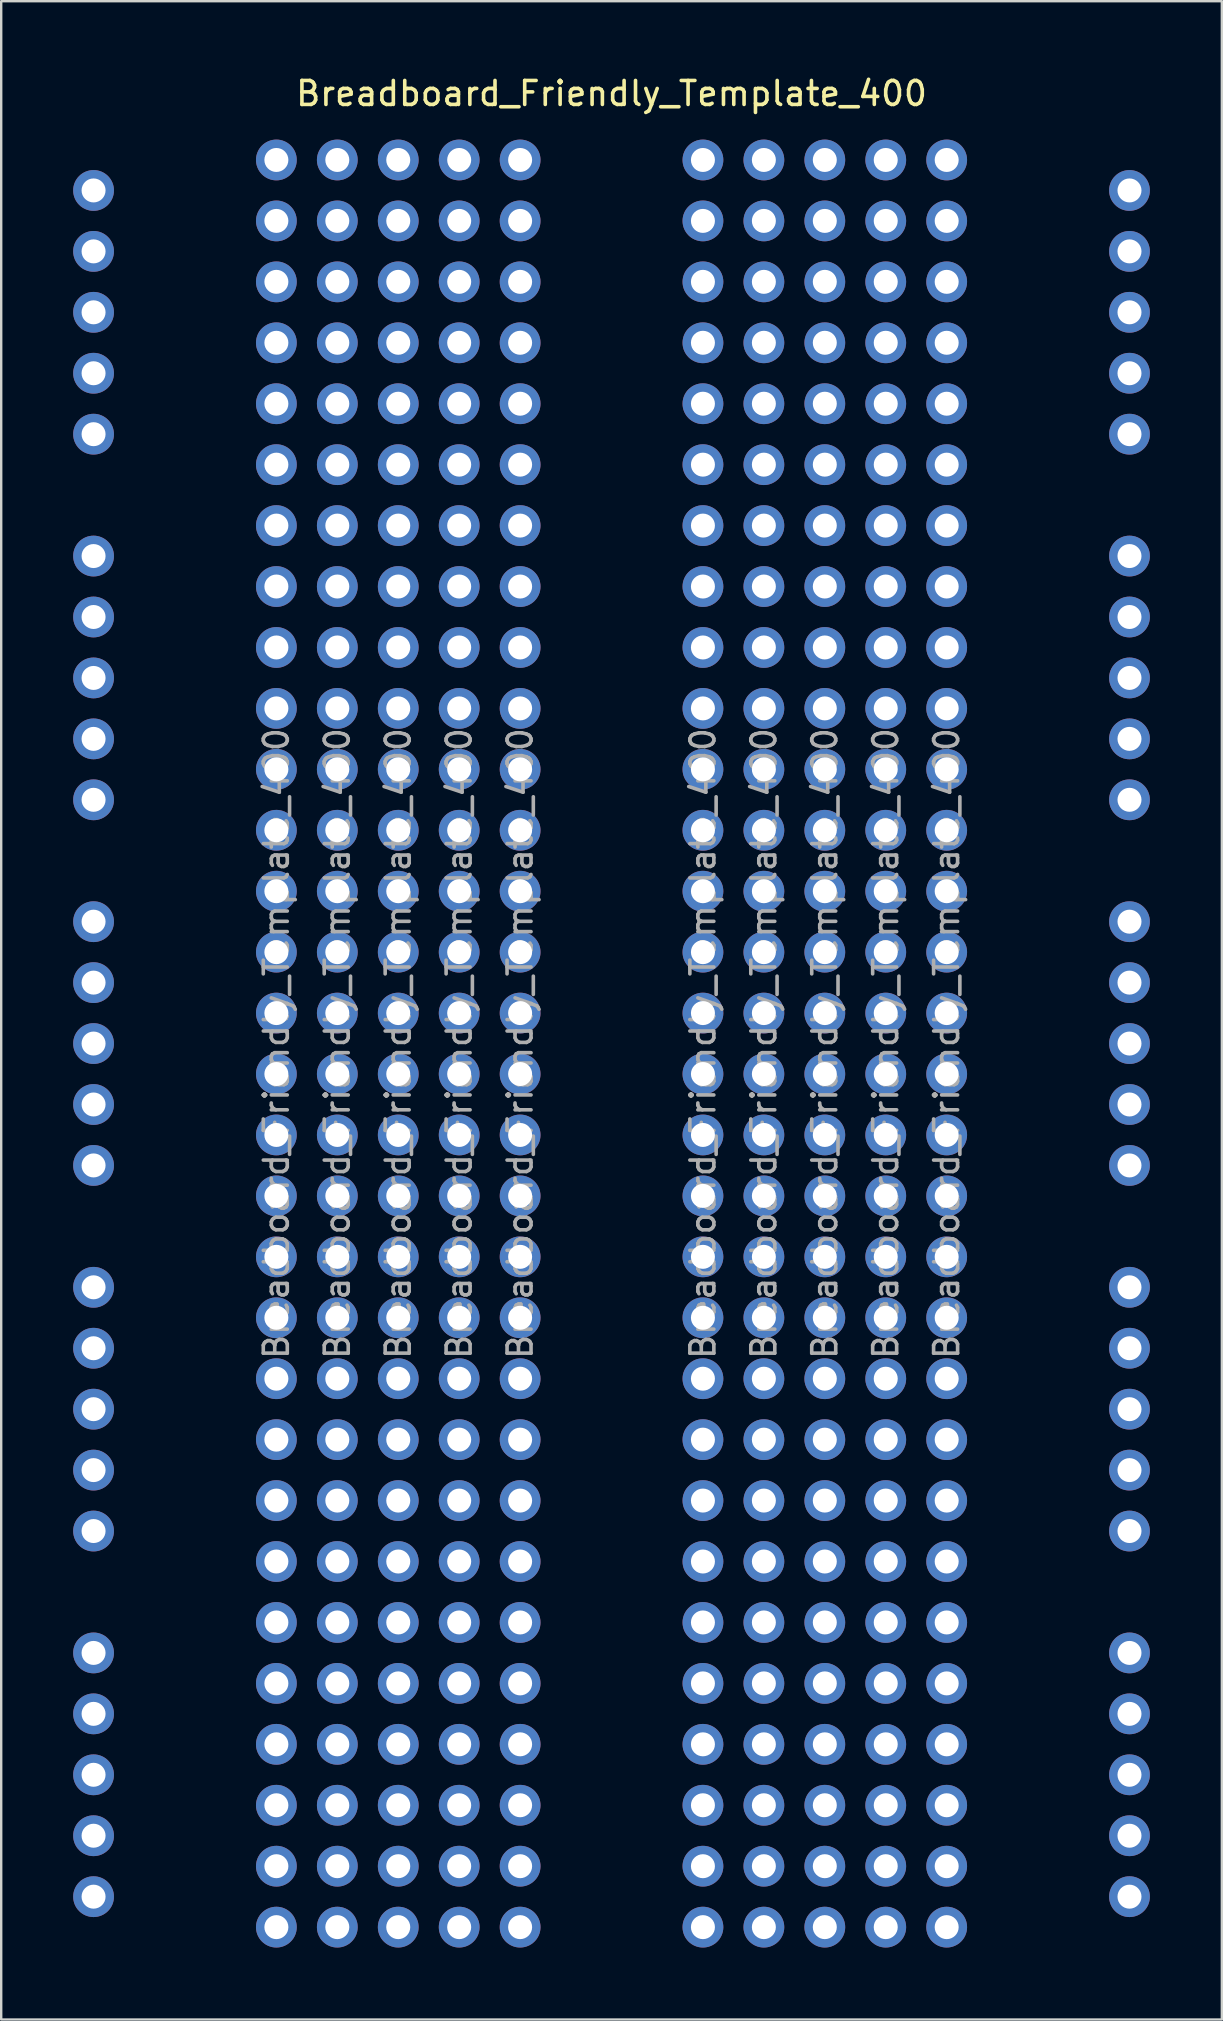
<source format=kicad_pcb>
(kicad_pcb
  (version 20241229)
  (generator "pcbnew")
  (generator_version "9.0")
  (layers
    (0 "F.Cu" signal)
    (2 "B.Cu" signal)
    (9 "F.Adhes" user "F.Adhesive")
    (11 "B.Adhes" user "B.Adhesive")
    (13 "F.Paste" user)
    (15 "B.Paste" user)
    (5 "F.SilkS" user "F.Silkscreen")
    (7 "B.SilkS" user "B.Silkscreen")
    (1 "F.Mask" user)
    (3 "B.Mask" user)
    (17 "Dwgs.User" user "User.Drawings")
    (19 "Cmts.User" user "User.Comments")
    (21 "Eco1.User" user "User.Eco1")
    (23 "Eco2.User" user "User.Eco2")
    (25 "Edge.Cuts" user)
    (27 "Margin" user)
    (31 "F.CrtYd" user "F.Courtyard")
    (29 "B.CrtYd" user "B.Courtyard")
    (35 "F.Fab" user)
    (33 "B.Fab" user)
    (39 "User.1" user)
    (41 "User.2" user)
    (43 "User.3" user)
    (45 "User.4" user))
  (footprint "Breadboard_Friendly_Template_400"
    (layer "F.Cu")
    (at 22.44 40.448)
    (property "Reference" "Breadboard_Friendly_Template_400" (at 0 -39.6 0) (layer "F.SilkS") (effects (font (size 1 1) (thickness 0.15))))
    (attr through_hole)
    (fp_text user "${REFERENCE}" (at -13.97 0 90) (layer "F.Fab") (effects (font (size 1 1) (thickness 0.15))))
    (fp_text user "${REFERENCE}" (at -11.43 0 90) (layer "F.Fab") (effects (font (size 1 1) (thickness 0.15))))
    (fp_text user "${REFERENCE}" (at 11.43 0 90) (layer "F.Fab") (effects (font (size 1 1) (thickness 0.15))))
    (fp_text user "${REFERENCE}" (at 13.97 0 90) (layer "F.Fab") (effects (font (size 1 1) (thickness 0.15))))
    (fp_text user "${REFERENCE}" (at 3.81 0 90) (layer "F.Fab") (effects (font (size 1 1) (thickness 0.15))))
    (fp_text user "${REFERENCE}" (at -3.81 0 90) (layer "F.Fab") (effects (font (size 1 1) (thickness 0.15))))
    (fp_text user "${REFERENCE}" (at 6.35 0 90) (layer "F.Fab") (effects (font (size 1 1) (thickness 0.15))))
    (fp_text user "${REFERENCE}" (at -6.35 0 90) (layer "F.Fab") (effects (font (size 1 1) (thickness 0.15))))
    (fp_text user "${REFERENCE}" (at 8.89 0 90) (layer "F.Fab") (effects (font (size 1 1) (thickness 0.15))))
    (fp_text user "${REFERENCE}" (at -8.89 0 90) (layer "F.Fab") (effects (font (size 1 1) (thickness 0.15))))
    (pad "1" thru_hole oval (at -21.59 -35.56) (size 1.7 1.7) (drill 1) (layers "*.Cu" "*.Mask"))
    (pad "1" thru_hole oval (at -21.59 -20.32) (size 1.7 1.7) (drill 1) (layers "*.Cu" "*.Mask"))
    (pad "1" thru_hole oval (at -21.59 -5.08) (size 1.7 1.7) (drill 1) (layers "*.Cu" "*.Mask"))
    (pad "1" thru_hole oval (at -21.59 10.16) (size 1.7 1.7) (drill 1) (layers "*.Cu" "*.Mask"))
    (pad "1" thru_hole oval (at -21.59 25.4) (size 1.7 1.7) (drill 1) (layers "*.Cu" "*.Mask"))
    (pad "1" thru_hole oval (at -13.97 -36.83) (size 1.7 1.7) (drill 1) (layers "*.Cu" "*.Mask"))
    (pad "1" thru_hole oval (at -11.43 -36.83) (size 1.7 1.7) (drill 1) (layers "*.Cu" "*.Mask"))
    (pad "1" thru_hole oval (at -8.89 -36.83) (size 1.7 1.7) (drill 1) (layers "*.Cu" "*.Mask"))
    (pad "1" thru_hole oval (at -6.35 -36.83) (size 1.7 1.7) (drill 1) (layers "*.Cu" "*.Mask"))
    (pad "1" thru_hole oval (at -3.81 -36.83) (size 1.7 1.7) (drill 1) (layers "*.Cu" "*.Mask"))
    (pad "1" thru_hole oval (at 3.81 -36.83) (size 1.7 1.7) (drill 1) (layers "*.Cu" "*.Mask"))
    (pad "1" thru_hole oval (at 6.35 -36.83) (size 1.7 1.7) (drill 1) (layers "*.Cu" "*.Mask"))
    (pad "1" thru_hole oval (at 8.89 -36.83) (size 1.7 1.7) (drill 1) (layers "*.Cu" "*.Mask"))
    (pad "1" thru_hole oval (at 11.43 -36.83) (size 1.7 1.7) (drill 1) (layers "*.Cu" "*.Mask"))
    (pad "1" thru_hole oval (at 13.97 -36.83) (size 1.7 1.7) (drill 1) (layers "*.Cu" "*.Mask"))
    (pad "1" thru_hole oval (at 21.59 -35.56) (size 1.7 1.7) (drill 1) (layers "*.Cu" "*.Mask"))
    (pad "1" thru_hole oval (at 21.59 -20.32) (size 1.7 1.7) (drill 1) (layers "*.Cu" "*.Mask"))
    (pad "1" thru_hole oval (at 21.59 -5.08) (size 1.7 1.7) (drill 1) (layers "*.Cu" "*.Mask"))
    (pad "1" thru_hole oval (at 21.59 10.16) (size 1.7 1.7) (drill 1) (layers "*.Cu" "*.Mask"))
    (pad "1" thru_hole oval (at 21.59 25.4) (size 1.7 1.7) (drill 1) (layers "*.Cu" "*.Mask"))
    (pad "2" thru_hole oval (at -21.59 -33.02) (size 1.7 1.7) (drill 1) (layers "*.Cu" "*.Mask"))
    (pad "2" thru_hole oval (at -21.59 -17.78) (size 1.7 1.7) (drill 1) (layers "*.Cu" "*.Mask"))
    (pad "2" thru_hole oval (at -21.59 -2.54) (size 1.7 1.7) (drill 1) (layers "*.Cu" "*.Mask"))
    (pad "2" thru_hole oval (at -21.59 12.7) (size 1.7 1.7) (drill 1) (layers "*.Cu" "*.Mask"))
    (pad "2" thru_hole oval (at -21.59 27.94) (size 1.7 1.7) (drill 1) (layers "*.Cu" "*.Mask"))
    (pad "2" thru_hole oval (at -13.97 -34.29) (size 1.7 1.7) (drill 1) (layers "*.Cu" "*.Mask"))
    (pad "2" thru_hole oval (at -11.43 -34.29) (size 1.7 1.7) (drill 1) (layers "*.Cu" "*.Mask"))
    (pad "2" thru_hole oval (at -8.89 -34.29) (size 1.7 1.7) (drill 1) (layers "*.Cu" "*.Mask"))
    (pad "2" thru_hole oval (at -6.35 -34.29) (size 1.7 1.7) (drill 1) (layers "*.Cu" "*.Mask"))
    (pad "2" thru_hole oval (at -3.81 -34.29) (size 1.7 1.7) (drill 1) (layers "*.Cu" "*.Mask"))
    (pad "2" thru_hole oval (at 3.81 -34.29) (size 1.7 1.7) (drill 1) (layers "*.Cu" "*.Mask"))
    (pad "2" thru_hole oval (at 6.35 -34.29) (size 1.7 1.7) (drill 1) (layers "*.Cu" "*.Mask"))
    (pad "2" thru_hole oval (at 8.89 -34.29) (size 1.7 1.7) (drill 1) (layers "*.Cu" "*.Mask"))
    (pad "2" thru_hole oval (at 11.43 -34.29) (size 1.7 1.7) (drill 1) (layers "*.Cu" "*.Mask"))
    (pad "2" thru_hole oval (at 13.97 -34.29) (size 1.7 1.7) (drill 1) (layers "*.Cu" "*.Mask"))
    (pad "2" thru_hole oval (at 21.59 -33.02) (size 1.7 1.7) (drill 1) (layers "*.Cu" "*.Mask"))
    (pad "2" thru_hole oval (at 21.59 -17.78) (size 1.7 1.7) (drill 1) (layers "*.Cu" "*.Mask"))
    (pad "2" thru_hole oval (at 21.59 -2.54) (size 1.7 1.7) (drill 1) (layers "*.Cu" "*.Mask"))
    (pad "2" thru_hole oval (at 21.59 12.7) (size 1.7 1.7) (drill 1) (layers "*.Cu" "*.Mask"))
    (pad "2" thru_hole oval (at 21.59 27.94) (size 1.7 1.7) (drill 1) (layers "*.Cu" "*.Mask"))
    (pad "3" thru_hole oval (at -21.59 -30.48) (size 1.7 1.7) (drill 1) (layers "*.Cu" "*.Mask"))
    (pad "3" thru_hole oval (at -21.59 -15.24) (size 1.7 1.7) (drill 1) (layers "*.Cu" "*.Mask"))
    (pad "3" thru_hole oval (at -21.59 0) (size 1.7 1.7) (drill 1) (layers "*.Cu" "*.Mask"))
    (pad "3" thru_hole oval (at -21.59 15.24) (size 1.7 1.7) (drill 1) (layers "*.Cu" "*.Mask"))
    (pad "3" thru_hole oval (at -21.59 30.48) (size 1.7 1.7) (drill 1) (layers "*.Cu" "*.Mask"))
    (pad "3" thru_hole oval (at -13.97 -31.75) (size 1.7 1.7) (drill 1) (layers "*.Cu" "*.Mask"))
    (pad "3" thru_hole oval (at -11.43 -31.75) (size 1.7 1.7) (drill 1) (layers "*.Cu" "*.Mask"))
    (pad "3" thru_hole oval (at -8.89 -31.75) (size 1.7 1.7) (drill 1) (layers "*.Cu" "*.Mask"))
    (pad "3" thru_hole oval (at -6.35 -31.75) (size 1.7 1.7) (drill 1) (layers "*.Cu" "*.Mask"))
    (pad "3" thru_hole oval (at -3.81 -31.75) (size 1.7 1.7) (drill 1) (layers "*.Cu" "*.Mask"))
    (pad "3" thru_hole oval (at 3.81 -31.75) (size 1.7 1.7) (drill 1) (layers "*.Cu" "*.Mask"))
    (pad "3" thru_hole oval (at 6.35 -31.75) (size 1.7 1.7) (drill 1) (layers "*.Cu" "*.Mask"))
    (pad "3" thru_hole oval (at 8.89 -31.75) (size 1.7 1.7) (drill 1) (layers "*.Cu" "*.Mask"))
    (pad "3" thru_hole oval (at 11.43 -31.75) (size 1.7 1.7) (drill 1) (layers "*.Cu" "*.Mask"))
    (pad "3" thru_hole oval (at 13.97 -31.75) (size 1.7 1.7) (drill 1) (layers "*.Cu" "*.Mask"))
    (pad "3" thru_hole oval (at 21.59 -30.48) (size 1.7 1.7) (drill 1) (layers "*.Cu" "*.Mask"))
    (pad "3" thru_hole oval (at 21.59 -15.24) (size 1.7 1.7) (drill 1) (layers "*.Cu" "*.Mask"))
    (pad "3" thru_hole oval (at 21.59 0) (size 1.7 1.7) (drill 1) (layers "*.Cu" "*.Mask"))
    (pad "3" thru_hole oval (at 21.59 15.24) (size 1.7 1.7) (drill 1) (layers "*.Cu" "*.Mask"))
    (pad "3" thru_hole oval (at 21.59 30.48) (size 1.7 1.7) (drill 1) (layers "*.Cu" "*.Mask"))
    (pad "4" thru_hole oval (at -21.59 -27.94) (size 1.7 1.7) (drill 1) (layers "*.Cu" "*.Mask"))
    (pad "4" thru_hole oval (at -21.59 -12.7) (size 1.7 1.7) (drill 1) (layers "*.Cu" "*.Mask"))
    (pad "4" thru_hole oval (at -21.59 2.54) (size 1.7 1.7) (drill 1) (layers "*.Cu" "*.Mask"))
    (pad "4" thru_hole oval (at -21.59 17.78) (size 1.7 1.7) (drill 1) (layers "*.Cu" "*.Mask"))
    (pad "4" thru_hole oval (at -21.59 33.02) (size 1.7 1.7) (drill 1) (layers "*.Cu" "*.Mask"))
    (pad "4" thru_hole oval (at -13.97 -29.21) (size 1.7 1.7) (drill 1) (layers "*.Cu" "*.Mask"))
    (pad "4" thru_hole oval (at -11.43 -29.21) (size 1.7 1.7) (drill 1) (layers "*.Cu" "*.Mask"))
    (pad "4" thru_hole oval (at -8.89 -29.21) (size 1.7 1.7) (drill 1) (layers "*.Cu" "*.Mask"))
    (pad "4" thru_hole oval (at -6.35 -29.21) (size 1.7 1.7) (drill 1) (layers "*.Cu" "*.Mask"))
    (pad "4" thru_hole oval (at -3.81 -29.21) (size 1.7 1.7) (drill 1) (layers "*.Cu" "*.Mask"))
    (pad "4" thru_hole oval (at 3.81 -29.21) (size 1.7 1.7) (drill 1) (layers "*.Cu" "*.Mask"))
    (pad "4" thru_hole oval (at 6.35 -29.21) (size 1.7 1.7) (drill 1) (layers "*.Cu" "*.Mask"))
    (pad "4" thru_hole oval (at 8.89 -29.21) (size 1.7 1.7) (drill 1) (layers "*.Cu" "*.Mask"))
    (pad "4" thru_hole oval (at 11.43 -29.21) (size 1.7 1.7) (drill 1) (layers "*.Cu" "*.Mask"))
    (pad "4" thru_hole oval (at 13.97 -29.21) (size 1.7 1.7) (drill 1) (layers "*.Cu" "*.Mask"))
    (pad "4" thru_hole oval (at 21.59 -27.94) (size 1.7 1.7) (drill 1) (layers "*.Cu" "*.Mask"))
    (pad "4" thru_hole oval (at 21.59 -12.7) (size 1.7 1.7) (drill 1) (layers "*.Cu" "*.Mask"))
    (pad "4" thru_hole oval (at 21.59 2.54) (size 1.7 1.7) (drill 1) (layers "*.Cu" "*.Mask"))
    (pad "4" thru_hole oval (at 21.59 17.78) (size 1.7 1.7) (drill 1) (layers "*.Cu" "*.Mask"))
    (pad "4" thru_hole oval (at 21.59 33.02) (size 1.7 1.7) (drill 1) (layers "*.Cu" "*.Mask"))
    (pad "5" thru_hole oval (at -21.59 -25.4) (size 1.7 1.7) (drill 1) (layers "*.Cu" "*.Mask"))
    (pad "5" thru_hole oval (at -21.59 -10.16) (size 1.7 1.7) (drill 1) (layers "*.Cu" "*.Mask"))
    (pad "5" thru_hole oval (at -21.59 5.08) (size 1.7 1.7) (drill 1) (layers "*.Cu" "*.Mask"))
    (pad "5" thru_hole oval (at -21.59 20.32) (size 1.7 1.7) (drill 1) (layers "*.Cu" "*.Mask"))
    (pad "5" thru_hole oval (at -21.59 35.56) (size 1.7 1.7) (drill 1) (layers "*.Cu" "*.Mask"))
    (pad "5" thru_hole oval (at -13.97 -26.67) (size 1.7 1.7) (drill 1) (layers "*.Cu" "*.Mask"))
    (pad "5" thru_hole oval (at -11.43 -26.67) (size 1.7 1.7) (drill 1) (layers "*.Cu" "*.Mask"))
    (pad "5" thru_hole oval (at -8.89 -26.67) (size 1.7 1.7) (drill 1) (layers "*.Cu" "*.Mask"))
    (pad "5" thru_hole oval (at -6.35 -26.67) (size 1.7 1.7) (drill 1) (layers "*.Cu" "*.Mask"))
    (pad "5" thru_hole oval (at -3.81 -26.67) (size 1.7 1.7) (drill 1) (layers "*.Cu" "*.Mask"))
    (pad "5" thru_hole oval (at 3.81 -26.67) (size 1.7 1.7) (drill 1) (layers "*.Cu" "*.Mask"))
    (pad "5" thru_hole oval (at 6.35 -26.67) (size 1.7 1.7) (drill 1) (layers "*.Cu" "*.Mask"))
    (pad "5" thru_hole oval (at 8.89 -26.67) (size 1.7 1.7) (drill 1) (layers "*.Cu" "*.Mask"))
    (pad "5" thru_hole oval (at 11.43 -26.67) (size 1.7 1.7) (drill 1) (layers "*.Cu" "*.Mask"))
    (pad "5" thru_hole oval (at 13.97 -26.67) (size 1.7 1.7) (drill 1) (layers "*.Cu" "*.Mask"))
    (pad "5" thru_hole oval (at 21.59 -25.4) (size 1.7 1.7) (drill 1) (layers "*.Cu" "*.Mask"))
    (pad "5" thru_hole oval (at 21.59 -10.16) (size 1.7 1.7) (drill 1) (layers "*.Cu" "*.Mask"))
    (pad "5" thru_hole oval (at 21.59 5.08) (size 1.7 1.7) (drill 1) (layers "*.Cu" "*.Mask"))
    (pad "5" thru_hole oval (at 21.59 20.32) (size 1.7 1.7) (drill 1) (layers "*.Cu" "*.Mask"))
    (pad "5" thru_hole oval (at 21.59 35.56) (size 1.7 1.7) (drill 1) (layers "*.Cu" "*.Mask"))
    (pad "6" thru_hole oval (at -13.97 -24.13) (size 1.7 1.7) (drill 1) (layers "*.Cu" "*.Mask"))
    (pad "6" thru_hole oval (at -11.43 -24.13) (size 1.7 1.7) (drill 1) (layers "*.Cu" "*.Mask"))
    (pad "6" thru_hole oval (at -8.89 -24.13) (size 1.7 1.7) (drill 1) (layers "*.Cu" "*.Mask"))
    (pad "6" thru_hole oval (at -6.35 -24.13) (size 1.7 1.7) (drill 1) (layers "*.Cu" "*.Mask"))
    (pad "6" thru_hole oval (at -3.81 -24.13) (size 1.7 1.7) (drill 1) (layers "*.Cu" "*.Mask"))
    (pad "6" thru_hole oval (at 3.81 -24.13) (size 1.7 1.7) (drill 1) (layers "*.Cu" "*.Mask"))
    (pad "6" thru_hole oval (at 6.35 -24.13) (size 1.7 1.7) (drill 1) (layers "*.Cu" "*.Mask"))
    (pad "6" thru_hole oval (at 8.89 -24.13) (size 1.7 1.7) (drill 1) (layers "*.Cu" "*.Mask"))
    (pad "6" thru_hole oval (at 11.43 -24.13) (size 1.7 1.7) (drill 1) (layers "*.Cu" "*.Mask"))
    (pad "6" thru_hole oval (at 13.97 -24.13) (size 1.7 1.7) (drill 1) (layers "*.Cu" "*.Mask"))
    (pad "7" thru_hole oval (at -13.97 -21.59) (size 1.7 1.7) (drill 1) (layers "*.Cu" "*.Mask"))
    (pad "7" thru_hole oval (at -11.43 -21.59) (size 1.7 1.7) (drill 1) (layers "*.Cu" "*.Mask"))
    (pad "7" thru_hole oval (at -8.89 -21.59) (size 1.7 1.7) (drill 1) (layers "*.Cu" "*.Mask"))
    (pad "7" thru_hole oval (at -6.35 -21.59) (size 1.7 1.7) (drill 1) (layers "*.Cu" "*.Mask"))
    (pad "7" thru_hole oval (at -3.81 -21.59) (size 1.7 1.7) (drill 1) (layers "*.Cu" "*.Mask"))
    (pad "7" thru_hole oval (at 3.81 -21.59) (size 1.7 1.7) (drill 1) (layers "*.Cu" "*.Mask"))
    (pad "7" thru_hole oval (at 6.35 -21.59) (size 1.7 1.7) (drill 1) (layers "*.Cu" "*.Mask"))
    (pad "7" thru_hole oval (at 8.89 -21.59) (size 1.7 1.7) (drill 1) (layers "*.Cu" "*.Mask"))
    (pad "7" thru_hole oval (at 11.43 -21.59) (size 1.7 1.7) (drill 1) (layers "*.Cu" "*.Mask"))
    (pad "7" thru_hole oval (at 13.97 -21.59) (size 1.7 1.7) (drill 1) (layers "*.Cu" "*.Mask"))
    (pad "8" thru_hole oval (at -13.97 -19.05) (size 1.7 1.7) (drill 1) (layers "*.Cu" "*.Mask"))
    (pad "8" thru_hole oval (at -11.43 -19.05) (size 1.7 1.7) (drill 1) (layers "*.Cu" "*.Mask"))
    (pad "8" thru_hole oval (at -8.89 -19.05) (size 1.7 1.7) (drill 1) (layers "*.Cu" "*.Mask"))
    (pad "8" thru_hole oval (at -6.35 -19.05) (size 1.7 1.7) (drill 1) (layers "*.Cu" "*.Mask"))
    (pad "8" thru_hole oval (at -3.81 -19.05) (size 1.7 1.7) (drill 1) (layers "*.Cu" "*.Mask"))
    (pad "8" thru_hole oval (at 3.81 -19.05) (size 1.7 1.7) (drill 1) (layers "*.Cu" "*.Mask"))
    (pad "8" thru_hole oval (at 6.35 -19.05) (size 1.7 1.7) (drill 1) (layers "*.Cu" "*.Mask"))
    (pad "8" thru_hole oval (at 8.89 -19.05) (size 1.7 1.7) (drill 1) (layers "*.Cu" "*.Mask"))
    (pad "8" thru_hole oval (at 11.43 -19.05) (size 1.7 1.7) (drill 1) (layers "*.Cu" "*.Mask"))
    (pad "8" thru_hole oval (at 13.97 -19.05) (size 1.7 1.7) (drill 1) (layers "*.Cu" "*.Mask"))
    (pad "9" thru_hole oval (at -13.97 -16.51) (size 1.7 1.7) (drill 1) (layers "*.Cu" "*.Mask"))
    (pad "9" thru_hole oval (at -11.43 -16.51) (size 1.7 1.7) (drill 1) (layers "*.Cu" "*.Mask"))
    (pad "9" thru_hole oval (at -8.89 -16.51) (size 1.7 1.7) (drill 1) (layers "*.Cu" "*.Mask"))
    (pad "9" thru_hole oval (at -6.35 -16.51) (size 1.7 1.7) (drill 1) (layers "*.Cu" "*.Mask"))
    (pad "9" thru_hole oval (at -3.81 -16.51) (size 1.7 1.7) (drill 1) (layers "*.Cu" "*.Mask"))
    (pad "9" thru_hole oval (at 3.81 -16.51) (size 1.7 1.7) (drill 1) (layers "*.Cu" "*.Mask"))
    (pad "9" thru_hole oval (at 6.35 -16.51) (size 1.7 1.7) (drill 1) (layers "*.Cu" "*.Mask"))
    (pad "9" thru_hole oval (at 8.89 -16.51) (size 1.7 1.7) (drill 1) (layers "*.Cu" "*.Mask"))
    (pad "9" thru_hole oval (at 11.43 -16.51) (size 1.7 1.7) (drill 1) (layers "*.Cu" "*.Mask"))
    (pad "9" thru_hole oval (at 13.97 -16.51) (size 1.7 1.7) (drill 1) (layers "*.Cu" "*.Mask"))
    (pad "10" thru_hole oval (at -13.97 -13.97) (size 1.7 1.7) (drill 1) (layers "*.Cu" "*.Mask"))
    (pad "10" thru_hole oval (at -11.43 -13.97) (size 1.7 1.7) (drill 1) (layers "*.Cu" "*.Mask"))
    (pad "10" thru_hole oval (at -8.89 -13.97) (size 1.7 1.7) (drill 1) (layers "*.Cu" "*.Mask"))
    (pad "10" thru_hole oval (at -6.35 -13.97) (size 1.7 1.7) (drill 1) (layers "*.Cu" "*.Mask"))
    (pad "10" thru_hole oval (at -3.81 -13.97) (size 1.7 1.7) (drill 1) (layers "*.Cu" "*.Mask"))
    (pad "10" thru_hole oval (at 3.81 -13.97) (size 1.7 1.7) (drill 1) (layers "*.Cu" "*.Mask"))
    (pad "10" thru_hole oval (at 6.35 -13.97) (size 1.7 1.7) (drill 1) (layers "*.Cu" "*.Mask"))
    (pad "10" thru_hole oval (at 8.89 -13.97) (size 1.7 1.7) (drill 1) (layers "*.Cu" "*.Mask"))
    (pad "10" thru_hole oval (at 11.43 -13.97) (size 1.7 1.7) (drill 1) (layers "*.Cu" "*.Mask"))
    (pad "10" thru_hole oval (at 13.97 -13.97) (size 1.7 1.7) (drill 1) (layers "*.Cu" "*.Mask"))
    (pad "11" thru_hole oval (at -13.97 -11.43) (size 1.7 1.7) (drill 1) (layers "*.Cu" "*.Mask"))
    (pad "11" thru_hole oval (at -11.43 -11.43) (size 1.7 1.7) (drill 1) (layers "*.Cu" "*.Mask"))
    (pad "11" thru_hole oval (at -8.89 -11.43) (size 1.7 1.7) (drill 1) (layers "*.Cu" "*.Mask"))
    (pad "11" thru_hole oval (at -6.35 -11.43) (size 1.7 1.7) (drill 1) (layers "*.Cu" "*.Mask"))
    (pad "11" thru_hole oval (at -3.81 -11.43) (size 1.7 1.7) (drill 1) (layers "*.Cu" "*.Mask"))
    (pad "11" thru_hole oval (at 3.81 -11.43) (size 1.7 1.7) (drill 1) (layers "*.Cu" "*.Mask"))
    (pad "11" thru_hole oval (at 6.35 -11.43) (size 1.7 1.7) (drill 1) (layers "*.Cu" "*.Mask"))
    (pad "11" thru_hole oval (at 8.89 -11.43) (size 1.7 1.7) (drill 1) (layers "*.Cu" "*.Mask"))
    (pad "11" thru_hole oval (at 11.43 -11.43) (size 1.7 1.7) (drill 1) (layers "*.Cu" "*.Mask"))
    (pad "11" thru_hole oval (at 13.97 -11.43) (size 1.7 1.7) (drill 1) (layers "*.Cu" "*.Mask"))
    (pad "12" thru_hole oval (at -13.97 -8.89) (size 1.7 1.7) (drill 1) (layers "*.Cu" "*.Mask"))
    (pad "12" thru_hole oval (at -11.43 -8.89) (size 1.7 1.7) (drill 1) (layers "*.Cu" "*.Mask"))
    (pad "12" thru_hole oval (at -8.89 -8.89) (size 1.7 1.7) (drill 1) (layers "*.Cu" "*.Mask"))
    (pad "12" thru_hole oval (at -6.35 -8.89) (size 1.7 1.7) (drill 1) (layers "*.Cu" "*.Mask"))
    (pad "12" thru_hole oval (at -3.81 -8.89) (size 1.7 1.7) (drill 1) (layers "*.Cu" "*.Mask"))
    (pad "12" thru_hole oval (at 3.81 -8.89) (size 1.7 1.7) (drill 1) (layers "*.Cu" "*.Mask"))
    (pad "12" thru_hole oval (at 6.35 -8.89) (size 1.7 1.7) (drill 1) (layers "*.Cu" "*.Mask"))
    (pad "12" thru_hole oval (at 8.89 -8.89) (size 1.7 1.7) (drill 1) (layers "*.Cu" "*.Mask"))
    (pad "12" thru_hole oval (at 11.43 -8.89) (size 1.7 1.7) (drill 1) (layers "*.Cu" "*.Mask"))
    (pad "12" thru_hole oval (at 13.97 -8.89) (size 1.7 1.7) (drill 1) (layers "*.Cu" "*.Mask"))
    (pad "13" thru_hole oval (at -13.97 -6.35) (size 1.7 1.7) (drill 1) (layers "*.Cu" "*.Mask"))
    (pad "13" thru_hole oval (at -11.43 -6.35) (size 1.7 1.7) (drill 1) (layers "*.Cu" "*.Mask"))
    (pad "13" thru_hole oval (at -8.89 -6.35) (size 1.7 1.7) (drill 1) (layers "*.Cu" "*.Mask"))
    (pad "13" thru_hole oval (at -6.35 -6.35) (size 1.7 1.7) (drill 1) (layers "*.Cu" "*.Mask"))
    (pad "13" thru_hole oval (at -3.81 -6.35) (size 1.7 1.7) (drill 1) (layers "*.Cu" "*.Mask"))
    (pad "13" thru_hole oval (at 3.81 -6.35) (size 1.7 1.7) (drill 1) (layers "*.Cu" "*.Mask"))
    (pad "13" thru_hole oval (at 6.35 -6.35) (size 1.7 1.7) (drill 1) (layers "*.Cu" "*.Mask"))
    (pad "13" thru_hole oval (at 8.89 -6.35) (size 1.7 1.7) (drill 1) (layers "*.Cu" "*.Mask"))
    (pad "13" thru_hole oval (at 11.43 -6.35) (size 1.7 1.7) (drill 1) (layers "*.Cu" "*.Mask"))
    (pad "13" thru_hole oval (at 13.97 -6.35) (size 1.7 1.7) (drill 1) (layers "*.Cu" "*.Mask"))
    (pad "14" thru_hole oval (at -13.97 -3.81) (size 1.7 1.7) (drill 1) (layers "*.Cu" "*.Mask"))
    (pad "14" thru_hole oval (at -11.43 -3.81) (size 1.7 1.7) (drill 1) (layers "*.Cu" "*.Mask"))
    (pad "14" thru_hole oval (at -8.89 -3.81) (size 1.7 1.7) (drill 1) (layers "*.Cu" "*.Mask"))
    (pad "14" thru_hole oval (at -6.35 -3.81) (size 1.7 1.7) (drill 1) (layers "*.Cu" "*.Mask"))
    (pad "14" thru_hole oval (at -3.81 -3.81) (size 1.7 1.7) (drill 1) (layers "*.Cu" "*.Mask"))
    (pad "14" thru_hole oval (at 3.81 -3.81) (size 1.7 1.7) (drill 1) (layers "*.Cu" "*.Mask"))
    (pad "14" thru_hole oval (at 6.35 -3.81) (size 1.7 1.7) (drill 1) (layers "*.Cu" "*.Mask"))
    (pad "14" thru_hole oval (at 8.89 -3.81) (size 1.7 1.7) (drill 1) (layers "*.Cu" "*.Mask"))
    (pad "14" thru_hole oval (at 11.43 -3.81) (size 1.7 1.7) (drill 1) (layers "*.Cu" "*.Mask"))
    (pad "14" thru_hole oval (at 13.97 -3.81) (size 1.7 1.7) (drill 1) (layers "*.Cu" "*.Mask"))
    (pad "15" thru_hole oval (at -13.97 -1.27) (size 1.7 1.7) (drill 1) (layers "*.Cu" "*.Mask"))
    (pad "15" thru_hole oval (at -11.43 -1.27) (size 1.7 1.7) (drill 1) (layers "*.Cu" "*.Mask"))
    (pad "15" thru_hole oval (at -8.89 -1.27) (size 1.7 1.7) (drill 1) (layers "*.Cu" "*.Mask"))
    (pad "15" thru_hole oval (at -6.35 -1.27) (size 1.7 1.7) (drill 1) (layers "*.Cu" "*.Mask"))
    (pad "15" thru_hole oval (at -3.81 -1.27) (size 1.7 1.7) (drill 1) (layers "*.Cu" "*.Mask"))
    (pad "15" thru_hole oval (at 3.81 -1.27) (size 1.7 1.7) (drill 1) (layers "*.Cu" "*.Mask"))
    (pad "15" thru_hole oval (at 6.35 -1.27) (size 1.7 1.7) (drill 1) (layers "*.Cu" "*.Mask"))
    (pad "15" thru_hole oval (at 8.89 -1.27) (size 1.7 1.7) (drill 1) (layers "*.Cu" "*.Mask"))
    (pad "15" thru_hole oval (at 11.43 -1.27) (size 1.7 1.7) (drill 1) (layers "*.Cu" "*.Mask"))
    (pad "15" thru_hole oval (at 13.97 -1.27) (size 1.7 1.7) (drill 1) (layers "*.Cu" "*.Mask"))
    (pad "16" thru_hole oval (at -13.97 1.27) (size 1.7 1.7) (drill 1) (layers "*.Cu" "*.Mask"))
    (pad "16" thru_hole oval (at -11.43 1.27) (size 1.7 1.7) (drill 1) (layers "*.Cu" "*.Mask"))
    (pad "16" thru_hole oval (at -8.89 1.27) (size 1.7 1.7) (drill 1) (layers "*.Cu" "*.Mask"))
    (pad "16" thru_hole oval (at -6.35 1.27) (size 1.7 1.7) (drill 1) (layers "*.Cu" "*.Mask"))
    (pad "16" thru_hole oval (at -3.81 1.27) (size 1.7 1.7) (drill 1) (layers "*.Cu" "*.Mask"))
    (pad "16" thru_hole oval (at 3.81 1.27) (size 1.7 1.7) (drill 1) (layers "*.Cu" "*.Mask"))
    (pad "16" thru_hole oval (at 6.35 1.27) (size 1.7 1.7) (drill 1) (layers "*.Cu" "*.Mask"))
    (pad "16" thru_hole oval (at 8.89 1.27) (size 1.7 1.7) (drill 1) (layers "*.Cu" "*.Mask"))
    (pad "16" thru_hole oval (at 11.43 1.27) (size 1.7 1.7) (drill 1) (layers "*.Cu" "*.Mask"))
    (pad "16" thru_hole oval (at 13.97 1.27) (size 1.7 1.7) (drill 1) (layers "*.Cu" "*.Mask"))
    (pad "17" thru_hole oval (at -13.97 3.81) (size 1.7 1.7) (drill 1) (layers "*.Cu" "*.Mask"))
    (pad "17" thru_hole oval (at -11.43 3.81) (size 1.7 1.7) (drill 1) (layers "*.Cu" "*.Mask"))
    (pad "17" thru_hole oval (at -8.89 3.81) (size 1.7 1.7) (drill 1) (layers "*.Cu" "*.Mask"))
    (pad "17" thru_hole oval (at -6.35 3.81) (size 1.7 1.7) (drill 1) (layers "*.Cu" "*.Mask"))
    (pad "17" thru_hole oval (at -3.81 3.81) (size 1.7 1.7) (drill 1) (layers "*.Cu" "*.Mask"))
    (pad "17" thru_hole oval (at 3.81 3.81) (size 1.7 1.7) (drill 1) (layers "*.Cu" "*.Mask"))
    (pad "17" thru_hole oval (at 6.35 3.81) (size 1.7 1.7) (drill 1) (layers "*.Cu" "*.Mask"))
    (pad "17" thru_hole oval (at 8.89 3.81) (size 1.7 1.7) (drill 1) (layers "*.Cu" "*.Mask"))
    (pad "17" thru_hole oval (at 11.43 3.81) (size 1.7 1.7) (drill 1) (layers "*.Cu" "*.Mask"))
    (pad "17" thru_hole oval (at 13.97 3.81) (size 1.7 1.7) (drill 1) (layers "*.Cu" "*.Mask"))
    (pad "18" thru_hole oval (at -13.97 6.35) (size 1.7 1.7) (drill 1) (layers "*.Cu" "*.Mask"))
    (pad "18" thru_hole oval (at -11.43 6.35) (size 1.7 1.7) (drill 1) (layers "*.Cu" "*.Mask"))
    (pad "18" thru_hole oval (at -8.89 6.35) (size 1.7 1.7) (drill 1) (layers "*.Cu" "*.Mask"))
    (pad "18" thru_hole oval (at -6.35 6.35) (size 1.7 1.7) (drill 1) (layers "*.Cu" "*.Mask"))
    (pad "18" thru_hole oval (at -3.81 6.35) (size 1.7 1.7) (drill 1) (layers "*.Cu" "*.Mask"))
    (pad "18" thru_hole oval (at 3.81 6.35) (size 1.7 1.7) (drill 1) (layers "*.Cu" "*.Mask"))
    (pad "18" thru_hole oval (at 6.35 6.35) (size 1.7 1.7) (drill 1) (layers "*.Cu" "*.Mask"))
    (pad "18" thru_hole oval (at 8.89 6.35) (size 1.7 1.7) (drill 1) (layers "*.Cu" "*.Mask"))
    (pad "18" thru_hole oval (at 11.43 6.35) (size 1.7 1.7) (drill 1) (layers "*.Cu" "*.Mask"))
    (pad "18" thru_hole oval (at 13.97 6.35) (size 1.7 1.7) (drill 1) (layers "*.Cu" "*.Mask"))
    (pad "19" thru_hole oval (at -13.97 8.89) (size 1.7 1.7) (drill 1) (layers "*.Cu" "*.Mask"))
    (pad "19" thru_hole oval (at -11.43 8.89) (size 1.7 1.7) (drill 1) (layers "*.Cu" "*.Mask"))
    (pad "19" thru_hole oval (at -8.89 8.89) (size 1.7 1.7) (drill 1) (layers "*.Cu" "*.Mask"))
    (pad "19" thru_hole oval (at -6.35 8.89) (size 1.7 1.7) (drill 1) (layers "*.Cu" "*.Mask"))
    (pad "19" thru_hole oval (at -3.81 8.89) (size 1.7 1.7) (drill 1) (layers "*.Cu" "*.Mask"))
    (pad "19" thru_hole oval (at 3.81 8.89) (size 1.7 1.7) (drill 1) (layers "*.Cu" "*.Mask"))
    (pad "19" thru_hole oval (at 6.35 8.89) (size 1.7 1.7) (drill 1) (layers "*.Cu" "*.Mask"))
    (pad "19" thru_hole oval (at 8.89 8.89) (size 1.7 1.7) (drill 1) (layers "*.Cu" "*.Mask"))
    (pad "19" thru_hole oval (at 11.43 8.89) (size 1.7 1.7) (drill 1) (layers "*.Cu" "*.Mask"))
    (pad "19" thru_hole oval (at 13.97 8.89) (size 1.7 1.7) (drill 1) (layers "*.Cu" "*.Mask"))
    (pad "20" thru_hole oval (at -13.97 11.43) (size 1.7 1.7) (drill 1) (layers "*.Cu" "*.Mask"))
    (pad "20" thru_hole oval (at -11.43 11.43) (size 1.7 1.7) (drill 1) (layers "*.Cu" "*.Mask"))
    (pad "20" thru_hole oval (at -8.89 11.43) (size 1.7 1.7) (drill 1) (layers "*.Cu" "*.Mask"))
    (pad "20" thru_hole oval (at -6.35 11.43) (size 1.7 1.7) (drill 1) (layers "*.Cu" "*.Mask"))
    (pad "20" thru_hole oval (at -3.81 11.43) (size 1.7 1.7) (drill 1) (layers "*.Cu" "*.Mask"))
    (pad "20" thru_hole oval (at 3.81 11.43) (size 1.7 1.7) (drill 1) (layers "*.Cu" "*.Mask"))
    (pad "20" thru_hole oval (at 6.35 11.43) (size 1.7 1.7) (drill 1) (layers "*.Cu" "*.Mask"))
    (pad "20" thru_hole oval (at 8.89 11.43) (size 1.7 1.7) (drill 1) (layers "*.Cu" "*.Mask"))
    (pad "20" thru_hole oval (at 11.43 11.43) (size 1.7 1.7) (drill 1) (layers "*.Cu" "*.Mask"))
    (pad "20" thru_hole oval (at 13.97 11.43) (size 1.7 1.7) (drill 1) (layers "*.Cu" "*.Mask"))
    (pad "21" thru_hole oval (at -13.97 13.97) (size 1.7 1.7) (drill 1) (layers "*.Cu" "*.Mask"))
    (pad "21" thru_hole oval (at -11.43 13.97) (size 1.7 1.7) (drill 1) (layers "*.Cu" "*.Mask"))
    (pad "21" thru_hole oval (at -8.89 13.97) (size 1.7 1.7) (drill 1) (layers "*.Cu" "*.Mask"))
    (pad "21" thru_hole oval (at -6.35 13.97) (size 1.7 1.7) (drill 1) (layers "*.Cu" "*.Mask"))
    (pad "21" thru_hole oval (at -3.81 13.97) (size 1.7 1.7) (drill 1) (layers "*.Cu" "*.Mask"))
    (pad "21" thru_hole oval (at 3.81 13.97) (size 1.7 1.7) (drill 1) (layers "*.Cu" "*.Mask"))
    (pad "21" thru_hole oval (at 6.35 13.97) (size 1.7 1.7) (drill 1) (layers "*.Cu" "*.Mask"))
    (pad "21" thru_hole oval (at 8.89 13.97) (size 1.7 1.7) (drill 1) (layers "*.Cu" "*.Mask"))
    (pad "21" thru_hole oval (at 11.43 13.97) (size 1.7 1.7) (drill 1) (layers "*.Cu" "*.Mask"))
    (pad "21" thru_hole oval (at 13.97 13.97) (size 1.7 1.7) (drill 1) (layers "*.Cu" "*.Mask"))
    (pad "22" thru_hole oval (at -13.97 16.51) (size 1.7 1.7) (drill 1) (layers "*.Cu" "*.Mask"))
    (pad "22" thru_hole oval (at -11.43 16.51) (size 1.7 1.7) (drill 1) (layers "*.Cu" "*.Mask"))
    (pad "22" thru_hole oval (at -8.89 16.51) (size 1.7 1.7) (drill 1) (layers "*.Cu" "*.Mask"))
    (pad "22" thru_hole oval (at -6.35 16.51) (size 1.7 1.7) (drill 1) (layers "*.Cu" "*.Mask"))
    (pad "22" thru_hole oval (at -3.81 16.51) (size 1.7 1.7) (drill 1) (layers "*.Cu" "*.Mask"))
    (pad "22" thru_hole oval (at 3.81 16.51) (size 1.7 1.7) (drill 1) (layers "*.Cu" "*.Mask"))
    (pad "22" thru_hole oval (at 6.35 16.51) (size 1.7 1.7) (drill 1) (layers "*.Cu" "*.Mask"))
    (pad "22" thru_hole oval (at 8.89 16.51) (size 1.7 1.7) (drill 1) (layers "*.Cu" "*.Mask"))
    (pad "22" thru_hole oval (at 11.43 16.51) (size 1.7 1.7) (drill 1) (layers "*.Cu" "*.Mask"))
    (pad "22" thru_hole oval (at 13.97 16.51) (size 1.7 1.7) (drill 1) (layers "*.Cu" "*.Mask"))
    (pad "23" thru_hole oval (at -13.97 19.05) (size 1.7 1.7) (drill 1) (layers "*.Cu" "*.Mask"))
    (pad "23" thru_hole oval (at -11.43 19.05) (size 1.7 1.7) (drill 1) (layers "*.Cu" "*.Mask"))
    (pad "23" thru_hole oval (at -8.89 19.05) (size 1.7 1.7) (drill 1) (layers "*.Cu" "*.Mask"))
    (pad "23" thru_hole oval (at -6.35 19.05) (size 1.7 1.7) (drill 1) (layers "*.Cu" "*.Mask"))
    (pad "23" thru_hole oval (at -3.81 19.05) (size 1.7 1.7) (drill 1) (layers "*.Cu" "*.Mask"))
    (pad "23" thru_hole oval (at 3.81 19.05) (size 1.7 1.7) (drill 1) (layers "*.Cu" "*.Mask"))
    (pad "23" thru_hole oval (at 6.35 19.05) (size 1.7 1.7) (drill 1) (layers "*.Cu" "*.Mask"))
    (pad "23" thru_hole oval (at 8.89 19.05) (size 1.7 1.7) (drill 1) (layers "*.Cu" "*.Mask"))
    (pad "23" thru_hole oval (at 11.43 19.05) (size 1.7 1.7) (drill 1) (layers "*.Cu" "*.Mask"))
    (pad "23" thru_hole oval (at 13.97 19.05) (size 1.7 1.7) (drill 1) (layers "*.Cu" "*.Mask"))
    (pad "24" thru_hole oval (at -13.97 21.59) (size 1.7 1.7) (drill 1) (layers "*.Cu" "*.Mask"))
    (pad "24" thru_hole oval (at -11.43 21.59) (size 1.7 1.7) (drill 1) (layers "*.Cu" "*.Mask"))
    (pad "24" thru_hole oval (at -8.89 21.59) (size 1.7 1.7) (drill 1) (layers "*.Cu" "*.Mask"))
    (pad "24" thru_hole oval (at -6.35 21.59) (size 1.7 1.7) (drill 1) (layers "*.Cu" "*.Mask"))
    (pad "24" thru_hole oval (at -3.81 21.59) (size 1.7 1.7) (drill 1) (layers "*.Cu" "*.Mask"))
    (pad "24" thru_hole oval (at 3.81 21.59) (size 1.7 1.7) (drill 1) (layers "*.Cu" "*.Mask"))
    (pad "24" thru_hole oval (at 6.35 21.59) (size 1.7 1.7) (drill 1) (layers "*.Cu" "*.Mask"))
    (pad "24" thru_hole oval (at 8.89 21.59) (size 1.7 1.7) (drill 1) (layers "*.Cu" "*.Mask"))
    (pad "24" thru_hole oval (at 11.43 21.59) (size 1.7 1.7) (drill 1) (layers "*.Cu" "*.Mask"))
    (pad "24" thru_hole oval (at 13.97 21.59) (size 1.7 1.7) (drill 1) (layers "*.Cu" "*.Mask"))
    (pad "25" thru_hole oval (at -13.97 24.13) (size 1.7 1.7) (drill 1) (layers "*.Cu" "*.Mask"))
    (pad "25" thru_hole oval (at -11.43 24.13) (size 1.7 1.7) (drill 1) (layers "*.Cu" "*.Mask"))
    (pad "25" thru_hole oval (at -8.89 24.13) (size 1.7 1.7) (drill 1) (layers "*.Cu" "*.Mask"))
    (pad "25" thru_hole oval (at -6.35 24.13) (size 1.7 1.7) (drill 1) (layers "*.Cu" "*.Mask"))
    (pad "25" thru_hole oval (at -3.81 24.13) (size 1.7 1.7) (drill 1) (layers "*.Cu" "*.Mask"))
    (pad "25" thru_hole oval (at 3.81 24.13) (size 1.7 1.7) (drill 1) (layers "*.Cu" "*.Mask"))
    (pad "25" thru_hole oval (at 6.35 24.13) (size 1.7 1.7) (drill 1) (layers "*.Cu" "*.Mask"))
    (pad "25" thru_hole oval (at 8.89 24.13) (size 1.7 1.7) (drill 1) (layers "*.Cu" "*.Mask"))
    (pad "25" thru_hole oval (at 11.43 24.13) (size 1.7 1.7) (drill 1) (layers "*.Cu" "*.Mask"))
    (pad "25" thru_hole oval (at 13.97 24.13) (size 1.7 1.7) (drill 1) (layers "*.Cu" "*.Mask"))
    (pad "26" thru_hole oval (at -13.97 26.67) (size 1.7 1.7) (drill 1) (layers "*.Cu" "*.Mask"))
    (pad "26" thru_hole oval (at -11.43 26.67) (size 1.7 1.7) (drill 1) (layers "*.Cu" "*.Mask"))
    (pad "26" thru_hole oval (at -8.89 26.67) (size 1.7 1.7) (drill 1) (layers "*.Cu" "*.Mask"))
    (pad "26" thru_hole oval (at -6.35 26.67) (size 1.7 1.7) (drill 1) (layers "*.Cu" "*.Mask"))
    (pad "26" thru_hole oval (at -3.81 26.67) (size 1.7 1.7) (drill 1) (layers "*.Cu" "*.Mask"))
    (pad "26" thru_hole oval (at 3.81 26.67) (size 1.7 1.7) (drill 1) (layers "*.Cu" "*.Mask"))
    (pad "26" thru_hole oval (at 6.35 26.67) (size 1.7 1.7) (drill 1) (layers "*.Cu" "*.Mask"))
    (pad "26" thru_hole oval (at 8.89 26.67) (size 1.7 1.7) (drill 1) (layers "*.Cu" "*.Mask"))
    (pad "26" thru_hole oval (at 11.43 26.67) (size 1.7 1.7) (drill 1) (layers "*.Cu" "*.Mask"))
    (pad "26" thru_hole oval (at 13.97 26.67) (size 1.7 1.7) (drill 1) (layers "*.Cu" "*.Mask"))
    (pad "27" thru_hole oval (at -13.97 29.21) (size 1.7 1.7) (drill 1) (layers "*.Cu" "*.Mask"))
    (pad "27" thru_hole oval (at -11.43 29.21) (size 1.7 1.7) (drill 1) (layers "*.Cu" "*.Mask"))
    (pad "27" thru_hole oval (at -8.89 29.21) (size 1.7 1.7) (drill 1) (layers "*.Cu" "*.Mask"))
    (pad "27" thru_hole oval (at -6.35 29.21) (size 1.7 1.7) (drill 1) (layers "*.Cu" "*.Mask"))
    (pad "27" thru_hole oval (at -3.81 29.21) (size 1.7 1.7) (drill 1) (layers "*.Cu" "*.Mask"))
    (pad "27" thru_hole oval (at 3.81 29.21) (size 1.7 1.7) (drill 1) (layers "*.Cu" "*.Mask"))
    (pad "27" thru_hole oval (at 6.35 29.21) (size 1.7 1.7) (drill 1) (layers "*.Cu" "*.Mask"))
    (pad "27" thru_hole oval (at 8.89 29.21) (size 1.7 1.7) (drill 1) (layers "*.Cu" "*.Mask"))
    (pad "27" thru_hole oval (at 11.43 29.21) (size 1.7 1.7) (drill 1) (layers "*.Cu" "*.Mask"))
    (pad "27" thru_hole oval (at 13.97 29.21) (size 1.7 1.7) (drill 1) (layers "*.Cu" "*.Mask"))
    (pad "28" thru_hole oval (at -13.97 31.75) (size 1.7 1.7) (drill 1) (layers "*.Cu" "*.Mask"))
    (pad "28" thru_hole oval (at -11.43 31.75) (size 1.7 1.7) (drill 1) (layers "*.Cu" "*.Mask"))
    (pad "28" thru_hole oval (at -8.89 31.75) (size 1.7 1.7) (drill 1) (layers "*.Cu" "*.Mask"))
    (pad "28" thru_hole oval (at -6.35 31.75) (size 1.7 1.7) (drill 1) (layers "*.Cu" "*.Mask"))
    (pad "28" thru_hole oval (at -3.81 31.75) (size 1.7 1.7) (drill 1) (layers "*.Cu" "*.Mask"))
    (pad "28" thru_hole oval (at 3.81 31.75) (size 1.7 1.7) (drill 1) (layers "*.Cu" "*.Mask"))
    (pad "28" thru_hole oval (at 6.35 31.75) (size 1.7 1.7) (drill 1) (layers "*.Cu" "*.Mask"))
    (pad "28" thru_hole oval (at 8.89 31.75) (size 1.7 1.7) (drill 1) (layers "*.Cu" "*.Mask"))
    (pad "28" thru_hole oval (at 11.43 31.75) (size 1.7 1.7) (drill 1) (layers "*.Cu" "*.Mask"))
    (pad "28" thru_hole oval (at 13.97 31.75) (size 1.7 1.7) (drill 1) (layers "*.Cu" "*.Mask"))
    (pad "29" thru_hole oval (at -13.97 34.29) (size 1.7 1.7) (drill 1) (layers "*.Cu" "*.Mask"))
    (pad "29" thru_hole oval (at -11.43 34.29) (size 1.7 1.7) (drill 1) (layers "*.Cu" "*.Mask"))
    (pad "29" thru_hole oval (at -8.89 34.29) (size 1.7 1.7) (drill 1) (layers "*.Cu" "*.Mask"))
    (pad "29" thru_hole oval (at -6.35 34.29) (size 1.7 1.7) (drill 1) (layers "*.Cu" "*.Mask"))
    (pad "29" thru_hole oval (at -3.81 34.29) (size 1.7 1.7) (drill 1) (layers "*.Cu" "*.Mask"))
    (pad "29" thru_hole oval (at 3.81 34.29) (size 1.7 1.7) (drill 1) (layers "*.Cu" "*.Mask"))
    (pad "29" thru_hole oval (at 6.35 34.29) (size 1.7 1.7) (drill 1) (layers "*.Cu" "*.Mask"))
    (pad "29" thru_hole oval (at 8.89 34.29) (size 1.7 1.7) (drill 1) (layers "*.Cu" "*.Mask"))
    (pad "29" thru_hole oval (at 11.43 34.29) (size 1.7 1.7) (drill 1) (layers "*.Cu" "*.Mask"))
    (pad "29" thru_hole oval (at 13.97 34.29) (size 1.7 1.7) (drill 1) (layers "*.Cu" "*.Mask"))
    (pad "30" thru_hole oval (at -13.97 36.83) (size 1.7 1.7) (drill 1) (layers "*.Cu" "*.Mask"))
    (pad "30" thru_hole oval (at -11.43 36.83) (size 1.7 1.7) (drill 1) (layers "*.Cu" "*.Mask"))
    (pad "30" thru_hole oval (at -8.89 36.83) (size 1.7 1.7) (drill 1) (layers "*.Cu" "*.Mask"))
    (pad "30" thru_hole oval (at -6.35 36.83) (size 1.7 1.7) (drill 1) (layers "*.Cu" "*.Mask"))
    (pad "30" thru_hole oval (at -3.81 36.83) (size 1.7 1.7) (drill 1) (layers "*.Cu" "*.Mask"))
    (pad "30" thru_hole oval (at 3.81 36.83) (size 1.7 1.7) (drill 1) (layers "*.Cu" "*.Mask"))
    (pad "30" thru_hole oval (at 6.35 36.83) (size 1.7 1.7) (drill 1) (layers "*.Cu" "*.Mask"))
    (pad "30" thru_hole oval (at 8.89 36.83) (size 1.7 1.7) (drill 1) (layers "*.Cu" "*.Mask"))
    (pad "30" thru_hole oval (at 11.43 36.83) (size 1.7 1.7) (drill 1) (layers "*.Cu" "*.Mask"))
    (pad "30" thru_hole oval (at 13.97 36.83) (size 1.7 1.7) (drill 1) (layers "*.Cu" "*.Mask")))
  (gr_rect
    (start -3 -3)
    (end 47.88 81.128)
    (stroke (width 0.1) (type default))
    (fill no)
    (layer "Edge.Cuts")))
</source>
